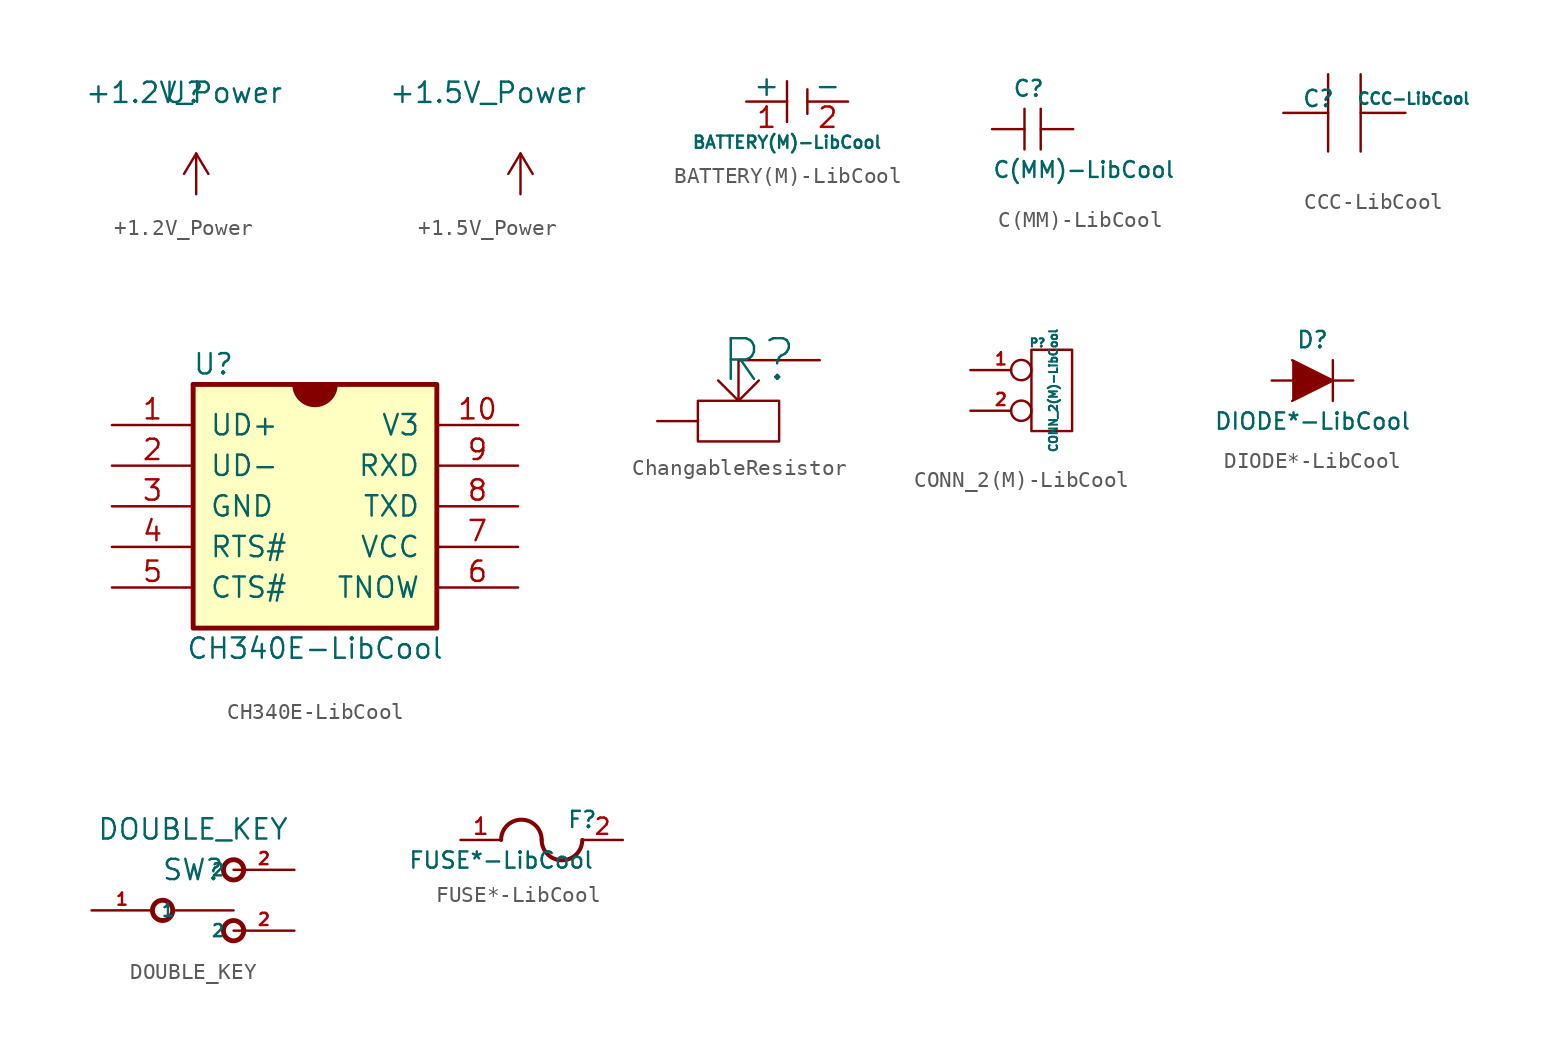
<source format=kicad_sym>
(kicad_symbol_lib
  (version 20220126)
  (generator kicad_symbol_editor)
  (symbol "+1.2V_Power"
    (property "Reference" "U"
      (at 0 0 0)
      (effects (font (size 1.27 1.27))))
    (property "Value" "+1.2V_Power"
      (at 0 0 0)
      (effects (font (size 1.27 1.27))))
    (symbol "+1.2V_Power_0_1"
      (polyline (pts (xy 0 -5.08) (xy 0.762 -3.81)) (stroke (width 0) (type default)) (fill (type none)))
      (polyline (pts (xy 0.762 -6.35) (xy 0.762 -3.81)) (stroke (width 0) (type default)) (fill (type none)))
      (polyline (pts (xy 0.762 -3.81) (xy 1.524 -5.08)) (stroke (width 0) (type default)) (fill (type none))))
    (symbol "+1.2V_Power_1_1"
      (pin power_in line (at 0.762 -6.35 90) (length 0) hide (name "+1V2" (effects (font (size 1.27 1.27)))) (number "1" (effects (font (size 1.27 1.27)))))))
  (symbol "+1.5V_Power"
    (power)
    (property "Reference" "U"
      (at 0 0 0)
      (effects (font (size 1.27 1.27)) hide))
    (property "Value" "+1.5V_Power"
      (at 0 2.54 0)
      (effects (font (size 1.27 1.27))))
    (symbol "+1.5V_Power_0_1"
      (polyline (pts (xy 1.27 -2.54) (xy 2.032 -1.27)) (stroke (width 0) (type default)) (fill (type none)))
      (polyline (pts (xy 2.032 -3.81) (xy 2.032 -1.27)) (stroke (width 0) (type default)) (fill (type none)))
      (polyline (pts (xy 2.032 -1.27) (xy 2.794 -2.54)) (stroke (width 0) (type default)) (fill (type none))))
    (symbol "+1.5V_Power_1_1"
      (pin power_in line (at 2.032 -3.81 90) (length 0) hide (name "+1V5" (effects (font (size 1.27 1.27)))) (number "1" (effects (font (size 1.27 1.27)))))))
  (symbol "BATTERY(M)-LibCool"
    (pin_names
      (offset 0))
    (property "Reference" "BT"
      (at 1.27 6.35 0)
      (effects (font (size 0.762 0.762)) hide))
    (property "Value" "BATTERY(M)-LibCool"
      (at 0 -2.54 0)
      (effects (font (size 0.762 0.762))))
    (property "Footprint" ""
      (at 0 1.27 0)
      (effects (font (size 1.524 1.524))))
    (property "Datasheet" ""
      (at 0 1.27 0)
      (effects (font (size 1.524 1.524))))
    (symbol "BATTERY(M)-LibCool_0_1"
      (polyline (pts (xy 1.27 0.762) (xy 1.27 -0.762)) (stroke (width 0) (type default)) (fill (type none)))
      (rectangle (start 0 1.27) (end 0 -1.27) (stroke (width 0) (type default)) (fill (type none))))
    (symbol "BATTERY(M)-LibCool_1_1"
      (pin passive line (at -2.54 0 0) (length 2.54) (name "+" (effects (font (size 1.27 1.27)))) (number "1" (effects (font (size 1.27 1.27)))))
      (pin passive line (at 3.81 0 180) (length 2.54) (name "-" (effects (font (size 1.27 1.27)))) (number "2" (effects (font (size 1.27 1.27)))))))
  (symbol "C(MM)-LibCool"
    (pin_numbers hide)
    (pin_names
      (offset 0.254))
    (property "Reference" "C"
      (at -1.27 2.54 0)
      (effects (font (size 0.991 0.991)) (justify left)))
    (property "Value" "C(MM)-LibCool"
      (at -2.54 -2.54 0)
      (effects (font (size 0.991 0.991)) (justify left)))
    (property "Footprint" ""
      (at 0.965 -3.81 0)
      (effects (font (size 0.762 0.762))))
    (property "Datasheet" ""
      (at 0 0 0)
      (effects (font (size 1.524 1.524))))
    (symbol "C(MM)-LibCool_0_1"
      (polyline (pts (xy -0.508 1.27) (xy -0.508 -1.27)) (stroke (width 0) (type default)) (fill (type none)))
      (polyline (pts (xy 0.508 1.27) (xy 0.508 -1.27)) (stroke (width 0) (type default)) (fill (type none))))
    (symbol "C(MM)-LibCool_1_1"
      (pin passive line (at -2.54 0 0) (length 2.032) (name "~" (effects (font (size 1.016 1.016)))) (number "1" (effects (font (size 1.016 1.016)))))
      (pin passive line (at 2.54 0 180) (length 2.032) (name "~" (effects (font (size 1.016 1.016)))) (number "2" (effects (font (size 1.016 1.016)))))))
  (symbol "CCC-LibCool"
    (pin_numbers hide)
    (pin_names
      (offset 0.254))
    (property "Reference" "C"
      (at -2.667 0.889 0)
      (effects (font (size 1.016 1.016)) (justify left)))
    (property "Value" "CCC-LibCool"
      (at 0.762 0.889 0)
      (effects (font (size 0.711 0.711)) (justify left)))
    (property "Footprint" ""
      (at 0.965 -3.81 0)
      (effects (font (size 0.762 0.762))))
    (property "Datasheet" ""
      (at 0 0 0)
      (effects (font (size 1.524 1.524))))
    (symbol "CCC-LibCool_0_1"
      (polyline (pts (xy 1.016 2.413) (xy 1.016 -2.413)) (stroke (width 0) (type default)) (fill (type none)))
      (polyline (pts (xy -1.016 2.413) (xy -1.016 0) (xy -1.016 -2.413)) (stroke (width 0) (type default)) (fill (type none))))
    (symbol "CCC-LibCool_1_1"
      (pin passive line (at -3.81 0 0) (length 2.794) (name "~" (effects (font (size 1.016 1.016)))) (number "1" (effects (font (size 1.016 1.016)))))
      (pin passive line (at 3.81 0 180) (length 2.794) (name "~" (effects (font (size 1.016 1.016)))) (number "2" (effects (font (size 1.016 1.016)))))))
  (symbol "CH340E-LibCool"
    (pin_names
      (offset 1.016))
    (property "Reference" "U"
      (at -6.35 8.89 0)
      (effects (font (size 1.27 1.27))))
    (property "Value" "CH340E-LibCool"
      (at 0 -8.89 0)
      (effects (font (size 1.27 1.27))))
    (symbol "CH340E-LibCool_1_1"
      (arc (start -1.27 7.62) (mid 0 6.3555) (end 1.27 7.62) (stroke (width 0.3048) (type default)) (fill (type outline)))
      (polyline (pts (xy -1.27 7.62) (xy -7.62 7.62)) (stroke (width 0.305) (type default)) (fill (type background)))
      (polyline (pts (xy -1.27 7.62) (xy 1.27 7.62)) (stroke (width 0.305) (type default)) (fill (type none)))
      (polyline (pts (xy -7.62 7.62) (xy -7.62 -7.62) (xy 7.62 -7.62) (xy 7.62 7.62) (xy 1.27 7.62)) (stroke (width 0.305) (type default)) (fill (type background)))
      (pin bidirectional line (at -12.7 5.08 0) (length 5.08) (name "UD+" (effects (font (size 1.27 1.27)))) (number "1" (effects (font (size 1.27 1.27)))))
      (pin bidirectional line (at 12.7 5.08 180) (length 5.08) (name "V3" (effects (font (size 1.27 1.27)))) (number "10" (effects (font (size 1.27 1.27)))))
      (pin bidirectional line (at -12.7 2.54 0) (length 5.08) (name "UD-" (effects (font (size 1.27 1.27)))) (number "2" (effects (font (size 1.27 1.27)))))
      (pin bidirectional line (at -12.7 0 0) (length 5.08) (name "GND" (effects (font (size 1.27 1.27)))) (number "3" (effects (font (size 1.27 1.27)))))
      (pin bidirectional line (at -12.7 -2.54 0) (length 5.08) (name "RTS#" (effects (font (size 1.27 1.27)))) (number "4" (effects (font (size 1.27 1.27)))))
      (pin bidirectional line (at -12.7 -5.08 0) (length 5.08) (name "CTS#" (effects (font (size 1.27 1.27)))) (number "5" (effects (font (size 1.27 1.27)))))
      (pin bidirectional line (at 12.7 -5.08 180) (length 5.08) (name "TNOW" (effects (font (size 1.27 1.27)))) (number "6" (effects (font (size 1.27 1.27)))))
      (pin bidirectional line (at 12.7 -2.54 180) (length 5.08) (name "VCC" (effects (font (size 1.27 1.27)))) (number "7" (effects (font (size 1.27 1.27)))))
      (pin bidirectional line (at 12.7 0 180) (length 5.08) (name "TXD" (effects (font (size 1.27 1.27)))) (number "8" (effects (font (size 1.27 1.27)))))
      (pin bidirectional line (at 12.7 2.54 180) (length 5.08) (name "RXD" (effects (font (size 1.27 1.27)))) (number "9" (effects (font (size 1.27 1.27)))))))
  (symbol "ChangableResistor"
    (pin_names
      (offset 1.016))
    (property "Reference" "R"
      (at 0 0 0)
      (effects (font (size 2.54 2.54))))
    (symbol "ChangableResistor_0_1"
      (rectangle (start -3.81 -2.54) (end 1.27 -5.08) (stroke (width 0) (type default)) (fill (type none)))
      (polyline (pts (xy -2.54 -1.27) (xy -1.27 -2.54) (xy 0 -1.27)) (stroke (width 0) (type default)) (fill (type none)))
      (polyline (pts (xy -1.27 -2.54) (xy -1.27 0) (xy 1.27 0)) (stroke (width 0) (type default)) (fill (type none))))
    (symbol "ChangableResistor_1_1"
      (pin passive line (at -3.81 -3.81 180) (length 2.54) (name "~" (effects (font (size 1.27 1.27)))) (number "~" (effects (font (size 1.27 1.27)))))
      (pin passive line (at 1.27 0 0) (length 2.54) (name "~" (effects (font (size 1.27 1.27)))) (number "~" (effects (font (size 1.27 1.27)))))))
  (symbol "CONN_2(M)-LibCool"
    (pin_names
      (offset 1.016) hide)
    (property "Reference" "P"
      (at -2.159 2.972 0)
      (effects (font (size 0.508 0.508))))
    (property "Value" "CONN_2(M)-LibCool"
      (at -1.168 0 90)
      (effects (font (size 0.508 0.508))))
    (property "Footprint" ""
      (at 0 0 0)
      (effects (font (size 1.524 1.524))))
    (property "Datasheet" ""
      (at 0 0 0)
      (effects (font (size 1.524 1.524))))
    (symbol "CONN_2(M)-LibCool_0_1"
      (rectangle (start -2.54 2.54) (end 0 -2.54) (stroke (width 0) (type default)) (fill (type none))))
    (symbol "CONN_2(M)-LibCool_1_1"
      (pin passive inverted (at -6.35 1.27 0) (length 3.81) (name "P1" (effects (font (size 0.762 0.762)))) (number "1" (effects (font (size 0.762 0.762)))))
      (pin passive inverted (at -6.35 -1.27 0) (length 3.81) (name "PM" (effects (font (size 0.762 0.762)))) (number "2" (effects (font (size 0.762 0.762)))))))
  (symbol "DIODE*-LibCool"
    (pin_numbers hide)
    (pin_names
      (offset 1.016) hide)
    (property "Reference" "D"
      (at 0 2.54 0)
      (effects (font (size 1.016 1.016))))
    (property "Value" "DIODE*-LibCool"
      (at 0 -2.54 0)
      (effects (font (size 1.016 1.016))))
    (property "Footprint" ""
      (at 0 0 0)
      (effects (font (size 1.524 1.524))))
    (property "Datasheet" ""
      (at 0 0 0)
      (effects (font (size 1.524 1.524))))
    (symbol "DIODE*-LibCool_0_1"
      (polyline (pts (xy 1.27 1.27) (xy 1.27 -1.27)) (stroke (width 0.152) (type default)) (fill (type none)))
      (polyline (pts (xy -1.27 1.27) (xy 1.27 0) (xy -1.27 -1.27)) (stroke (width 0) (type default)) (fill (type outline))))
    (symbol "DIODE*-LibCool_1_1"
      (pin passive line (at -2.54 0 0) (length 1.27) (name "A" (effects (font (size 1.016 1.016)))) (number "1" (effects (font (size 1.016 1.016)))))
      (pin passive line (at 2.54 0 180) (length 1.27) (name "K" (effects (font (size 1.016 1.016)))) (number "2" (effects (font (size 1.016 1.016)))))))
  (symbol "DOUBLE_KEY"
    (property "Reference" "SW"
      (at 0 0 0)
      (effects (font (size 1.27 1.27))))
    (property "Value" "DOUBLE_KEY"
      (at 0 2.54 0)
      (effects (font (size 1.27 1.27))))
    (symbol "DOUBLE_KEY_0_1"
      (circle (center -1.905 -2.54) (radius 0.635) (stroke (width 0.305) (type default)) (fill (type none)))
      (polyline (pts (xy -1.27 -2.54) (xy 2.54 -2.54)) (stroke (width 0.152) (type default)) (fill (type none)))
      (circle (center 2.54 -3.81) (radius 0.635) (stroke (width 0.305) (type default)) (fill (type none)))
      (circle (center 2.54 0) (radius 0.635) (stroke (width 0.305) (type default)) (fill (type none))))
    (symbol "DOUBLE_KEY_1_1"
      (pin input line (at -6.35 -2.54 0) (length 3.81) (name "1" (effects (font (size 0.762 0.762)))) (number "1" (effects (font (size 0.762 0.762)))))
      (pin input line (at 6.35 -3.81 180) (length 3.81) (name "2" (effects (font (size 0.762 0.762)))) (number "2" (effects (font (size 0.762 0.762)))))
      (pin input line (at 6.35 0 180) (length 3.81) (name "2" (effects (font (size 0.762 0.762)))) (number "2" (effects (font (size 0.762 0.762)))))))
  (symbol "FUSE*-LibCool"
    (pin_names
      (offset 0.254))
    (property "Reference" "F"
      (at 2.54 1.27 0)
      (effects (font (size 1.016 1.016))))
    (property "Value" "FUSE*-LibCool"
      (at -2.54 -1.27 0)
      (effects (font (size 1.016 1.016))))
    (property "Footprint" ""
      (at 0 0 0)
      (effects (font (size 1.524 1.524))))
    (property "Datasheet" ""
      (at 0 0 0)
      (effects (font (size 1.524 1.524))))
    (symbol "FUSE*-LibCool_0_1"
      (arc (start 0 0) (mid -1.27 1.2645) (end -2.54 0) (stroke (width 0.254) (type default)) (fill (type none)))
      (arc (start 0 0) (mid 1.27 -1.2645) (end 2.54 0) (stroke (width 0.254) (type default)) (fill (type none))))
    (symbol "FUSE*-LibCool_1_1"
      (pin input line (at -5.08 0 0) (length 2.54) (name "~" (effects (font (size 1.016 1.016)))) (number "1" (effects (font (size 1.016 1.016)))))
      (pin input line (at 5.08 0 180) (length 2.54) (name "~" (effects (font (size 1.016 1.016)))) (number "2" (effects (font (size 1.016 1.016))))))))
</source>
